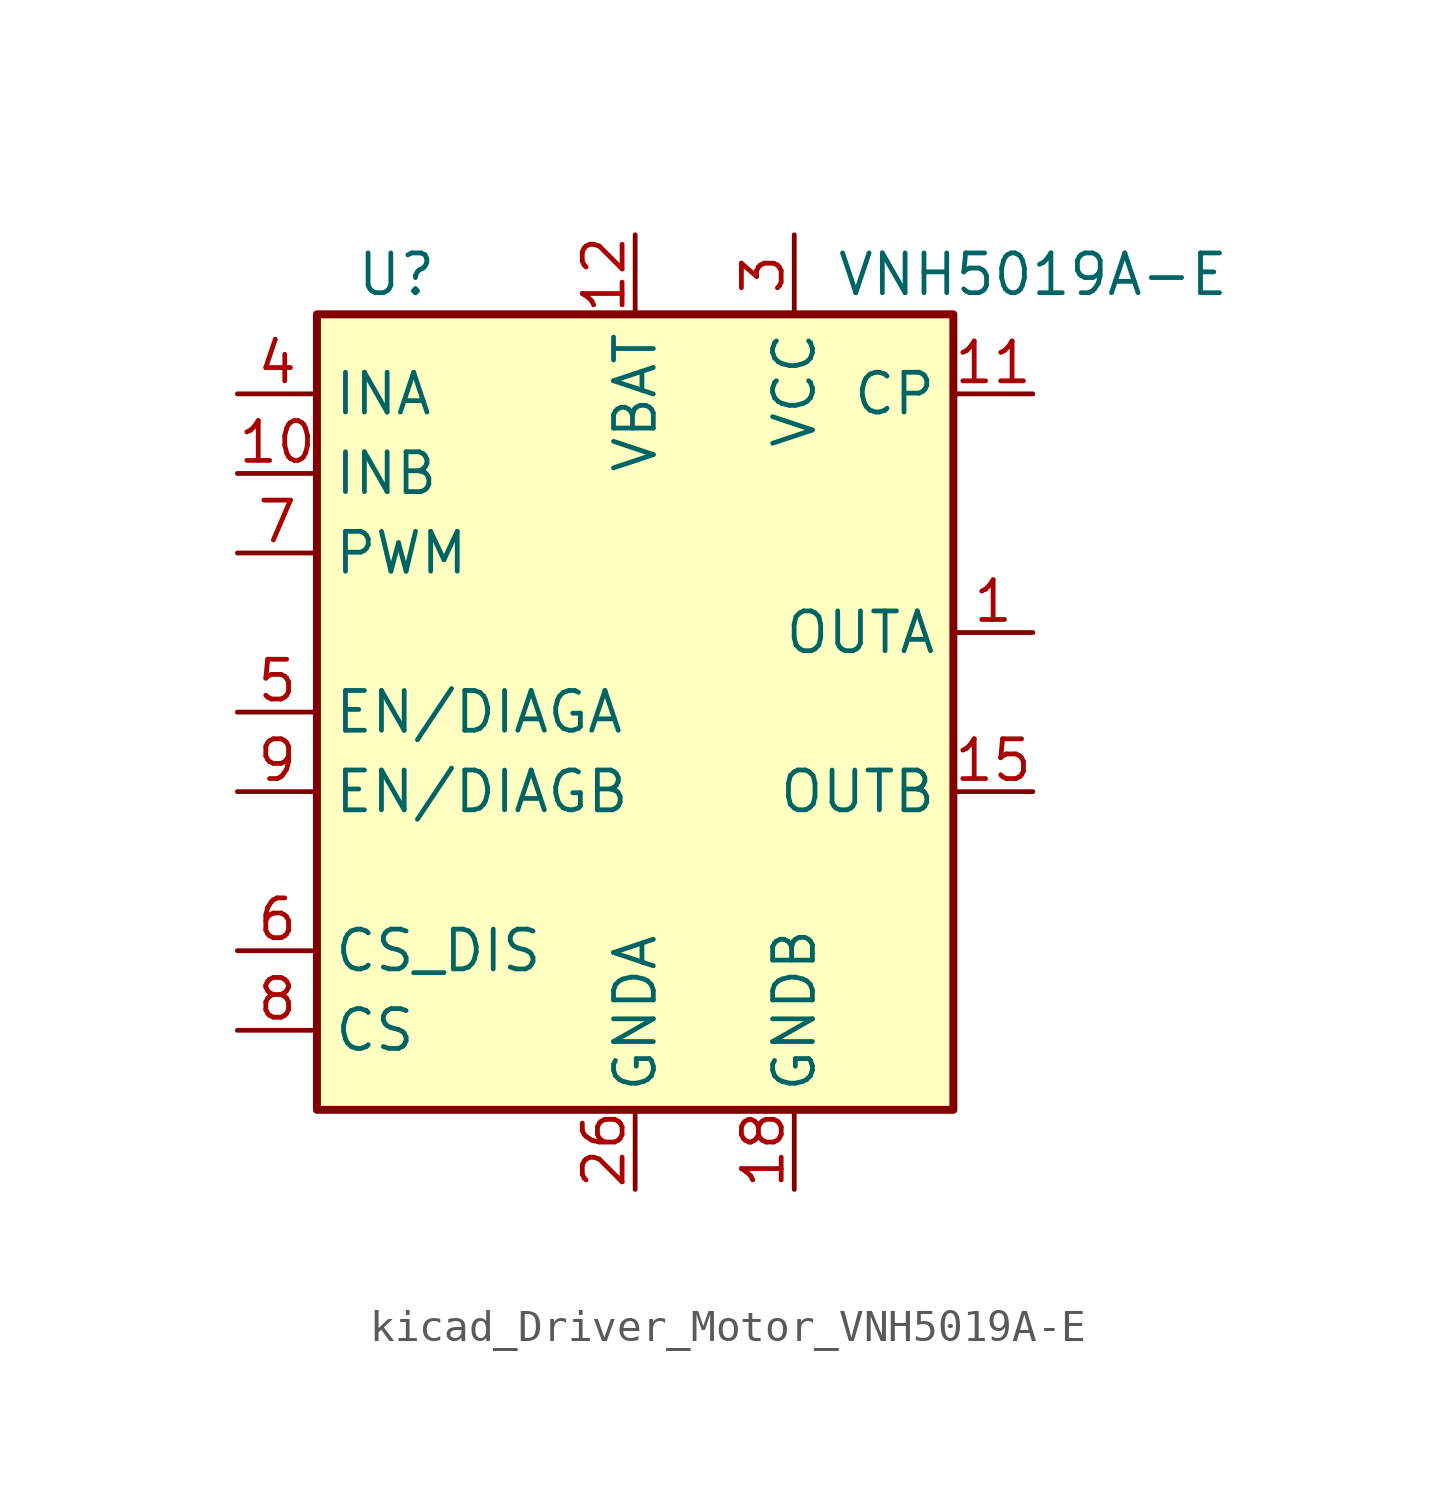
<source format=kicad_sym>
(kicad_symbol_lib
  (version 20220914)
  (generator kicad_symbol_editor)
  (symbol "kicad_Driver_Motor_VNH5019A-E"
    (property "Reference" "U"
      (at -7.62 13.97 0)
      (effects (font (size 1.27 1.27))))
    (property "Value" "VNH5019A-E"
      (at 12.7 13.97 0)
      (effects (font (size 1.27 1.27))))
    (symbol "kicad_Driver_Motor_VNH5019A-E_0_1"
      (rectangle (start -10.16 12.7) (end 10.16 -12.7) (stroke (width 0.254) (type default)) (fill (type background))))
    (symbol "kicad_Driver_Motor_VNH5019A-E_1_1"
      (pin output line (at 12.7 2.54 180) (length 2.54) (name "OUTA" (effects (font (size 1.27 1.27)))) (number "1" (effects (font (size 1.27 1.27)))))
      (pin input line (at -12.7 7.62 0) (length 2.54) (name "INB" (effects (font (size 1.27 1.27)))) (number "10" (effects (font (size 1.27 1.27)))))
      (pin output line (at 12.7 10.16 180) (length 2.54) (name "CP" (effects (font (size 1.27 1.27)))) (number "11" (effects (font (size 1.27 1.27)))))
      (pin power_in line (at 0 15.24 270) (length 2.54) (name "VBAT" (effects (font (size 1.27 1.27)))) (number "12" (effects (font (size 1.27 1.27)))))
      (pin passive line (at 5.08 15.24 270) (length 2.54) hide (name "VCC" (effects (font (size 1.27 1.27)))) (number "13" (effects (font (size 1.27 1.27)))))
      (pin no_connect line (at 10.16 -10.16 180) (length 2.54) hide (name "NC" (effects (font (size 1.27 1.27)))) (number "14" (effects (font (size 1.27 1.27)))))
      (pin output line (at 12.7 -2.54 180) (length 2.54) (name "OUTB" (effects (font (size 1.27 1.27)))) (number "15" (effects (font (size 1.27 1.27)))))
      (pin passive line (at 12.7 -2.54 180) (length 2.54) hide (name "OUTB" (effects (font (size 1.27 1.27)))) (number "16" (effects (font (size 1.27 1.27)))))
      (pin no_connect line (at 10.16 -5.08 180) (length 2.54) hide (name "NC" (effects (font (size 1.27 1.27)))) (number "17" (effects (font (size 1.27 1.27)))))
      (pin power_in line (at 5.08 -15.24 90) (length 2.54) (name "GNDB" (effects (font (size 1.27 1.27)))) (number "18" (effects (font (size 1.27 1.27)))))
      (pin passive line (at 5.08 -15.24 90) (length 2.54) hide (name "GNDB" (effects (font (size 1.27 1.27)))) (number "19" (effects (font (size 1.27 1.27)))))
      (pin no_connect line (at 10.16 -7.62 180) (length 2.54) hide (name "NC" (effects (font (size 1.27 1.27)))) (number "2" (effects (font (size 1.27 1.27)))))
      (pin passive line (at 5.08 -15.24 90) (length 2.54) hide (name "GNDB" (effects (font (size 1.27 1.27)))) (number "20" (effects (font (size 1.27 1.27)))))
      (pin passive line (at 12.7 -2.54 180) (length 2.54) hide (name "OUTB" (effects (font (size 1.27 1.27)))) (number "21" (effects (font (size 1.27 1.27)))))
      (pin no_connect line (at 10.16 0 180) (length 2.54) hide (name "NC" (effects (font (size 1.27 1.27)))) (number "22" (effects (font (size 1.27 1.27)))))
      (pin passive line (at 5.08 15.24 270) (length 2.54) hide (name "VCC" (effects (font (size 1.27 1.27)))) (number "23" (effects (font (size 1.27 1.27)))))
      (pin no_connect line (at 10.16 5.08 180) (length 2.54) hide (name "NC" (effects (font (size 1.27 1.27)))) (number "24" (effects (font (size 1.27 1.27)))))
      (pin passive line (at 12.7 2.54 180) (length 2.54) hide (name "OUTA" (effects (font (size 1.27 1.27)))) (number "25" (effects (font (size 1.27 1.27)))))
      (pin power_in line (at 0 -15.24 90) (length 2.54) (name "GNDA" (effects (font (size 1.27 1.27)))) (number "26" (effects (font (size 1.27 1.27)))))
      (pin passive line (at 0 -15.24 90) (length 2.54) hide (name "GNDA" (effects (font (size 1.27 1.27)))) (number "27" (effects (font (size 1.27 1.27)))))
      (pin passive line (at 0 -15.24 90) (length 2.54) hide (name "GNDA" (effects (font (size 1.27 1.27)))) (number "28" (effects (font (size 1.27 1.27)))))
      (pin no_connect line (at 10.16 7.62 180) (length 2.54) hide (name "NC" (effects (font (size 1.27 1.27)))) (number "29" (effects (font (size 1.27 1.27)))))
      (pin power_in line (at 5.08 15.24 270) (length 2.54) (name "VCC" (effects (font (size 1.27 1.27)))) (number "3" (effects (font (size 1.27 1.27)))))
      (pin passive line (at 12.7 2.54 180) (length 2.54) hide (name "OUTA" (effects (font (size 1.27 1.27)))) (number "30" (effects (font (size 1.27 1.27)))))
      (pin passive line (at 5.08 15.24 270) (length 2.54) hide (name "VCC" (effects (font (size 1.27 1.27)))) (number "31" (effects (font (size 1.27 1.27)))))
      (pin passive line (at 12.7 -2.54 180) (length 2.54) hide (name "OUTB" (effects (font (size 1.27 1.27)))) (number "32" (effects (font (size 1.27 1.27)))))
      (pin passive line (at 12.7 2.54 180) (length 2.54) hide (name "OUTA" (effects (font (size 1.27 1.27)))) (number "33" (effects (font (size 1.27 1.27)))))
      (pin input line (at -12.7 10.16 0) (length 2.54) (name "INA" (effects (font (size 1.27 1.27)))) (number "4" (effects (font (size 1.27 1.27)))))
      (pin open_collector line (at -12.7 0 0) (length 2.54) (name "EN/DIAGA" (effects (font (size 1.27 1.27)))) (number "5" (effects (font (size 1.27 1.27)))))
      (pin input line (at -12.7 -7.62 0) (length 2.54) (name "CS_DIS" (effects (font (size 1.27 1.27)))) (number "6" (effects (font (size 1.27 1.27)))))
      (pin input line (at -12.7 5.08 0) (length 2.54) (name "PWM" (effects (font (size 1.27 1.27)))) (number "7" (effects (font (size 1.27 1.27)))))
      (pin output line (at -12.7 -10.16 0) (length 2.54) (name "CS" (effects (font (size 1.27 1.27)))) (number "8" (effects (font (size 1.27 1.27)))))
      (pin open_collector line (at -12.7 -2.54 0) (length 2.54) (name "EN/DIAGB" (effects (font (size 1.27 1.27)))) (number "9" (effects (font (size 1.27 1.27))))))))
</source>
